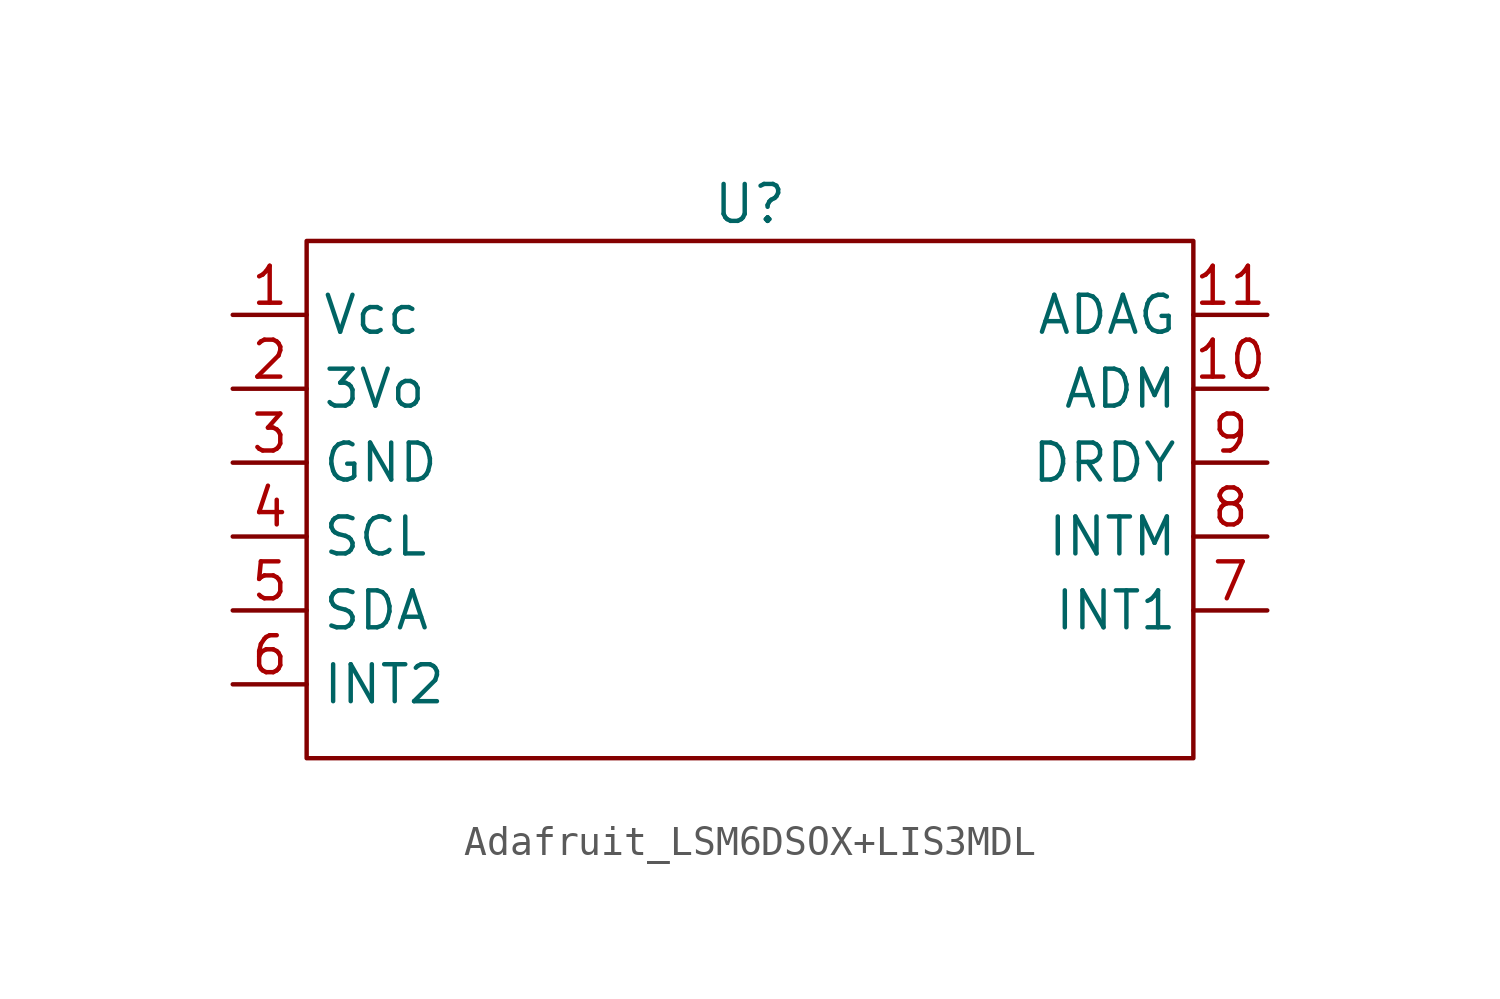
<source format=kicad_sym>
(kicad_symbol_lib
  (version 20241209)
  (generator "kicad_symbol_editor")
  (generator_version "9.0")
  (symbol "Adafruit_LSM6DSOX+LIS3MDL"
    (property "Reference" "U"
      (at 0 0 0)
      (effects (font (size 1.27 1.27))))
    (property "Value" ""
      (at 0 0 0)
      (effects (font (size 1.27 1.27))))
    (symbol "Adafruit_LSM6DSOX+LIS3MDL_0_1"
      (rectangle (start -15.24 -1.27) (end 15.24 -19.05) (stroke (width 0) (type default)) (fill (type none))))
    (symbol "Adafruit_LSM6DSOX+LIS3MDL_1_1"
      (pin input line (at -17.78 -3.81 0) (length 2.54) (name "Vcc" (effects (font (size 1.27 1.27)))) (number "1" (effects (font (size 1.27 1.27)))))
      (pin output line (at -17.78 -6.35 0) (length 2.54) (name "3Vo" (effects (font (size 1.27 1.27)))) (number "2" (effects (font (size 1.27 1.27)))))
      (pin bidirectional line (at -17.78 -8.89 0) (length 2.54) (name "GND" (effects (font (size 1.27 1.27)))) (number "3" (effects (font (size 1.27 1.27)))))
      (pin bidirectional line (at -17.78 -11.43 0) (length 2.54) (name "SCL" (effects (font (size 1.27 1.27)))) (number "4" (effects (font (size 1.27 1.27)))))
      (pin bidirectional line (at -17.78 -13.97 0) (length 2.54) (name "SDA" (effects (font (size 1.27 1.27)))) (number "5" (effects (font (size 1.27 1.27)))))
      (pin bidirectional line (at -17.78 -16.51 0) (length 2.54) (name "INT2" (effects (font (size 1.27 1.27)))) (number "6" (effects (font (size 1.27 1.27)))))
      (pin bidirectional line (at 17.78 -3.81 180) (length 2.54) (name "ADAG" (effects (font (size 1.27 1.27)))) (number "11" (effects (font (size 1.27 1.27)))))
      (pin bidirectional line (at 17.78 -6.35 180) (length 2.54) (name "ADM" (effects (font (size 1.27 1.27)))) (number "10" (effects (font (size 1.27 1.27)))))
      (pin bidirectional line (at 17.78 -8.89 180) (length 2.54) (name "DRDY" (effects (font (size 1.27 1.27)))) (number "9" (effects (font (size 1.27 1.27)))))
      (pin bidirectional line (at 17.78 -11.43 180) (length 2.54) (name "INTM" (effects (font (size 1.27 1.27)))) (number "8" (effects (font (size 1.27 1.27)))))
      (pin bidirectional line (at 17.78 -13.97 180) (length 2.54) (name "INT1" (effects (font (size 1.27 1.27)))) (number "7" (effects (font (size 1.27 1.27))))))))
</source>
